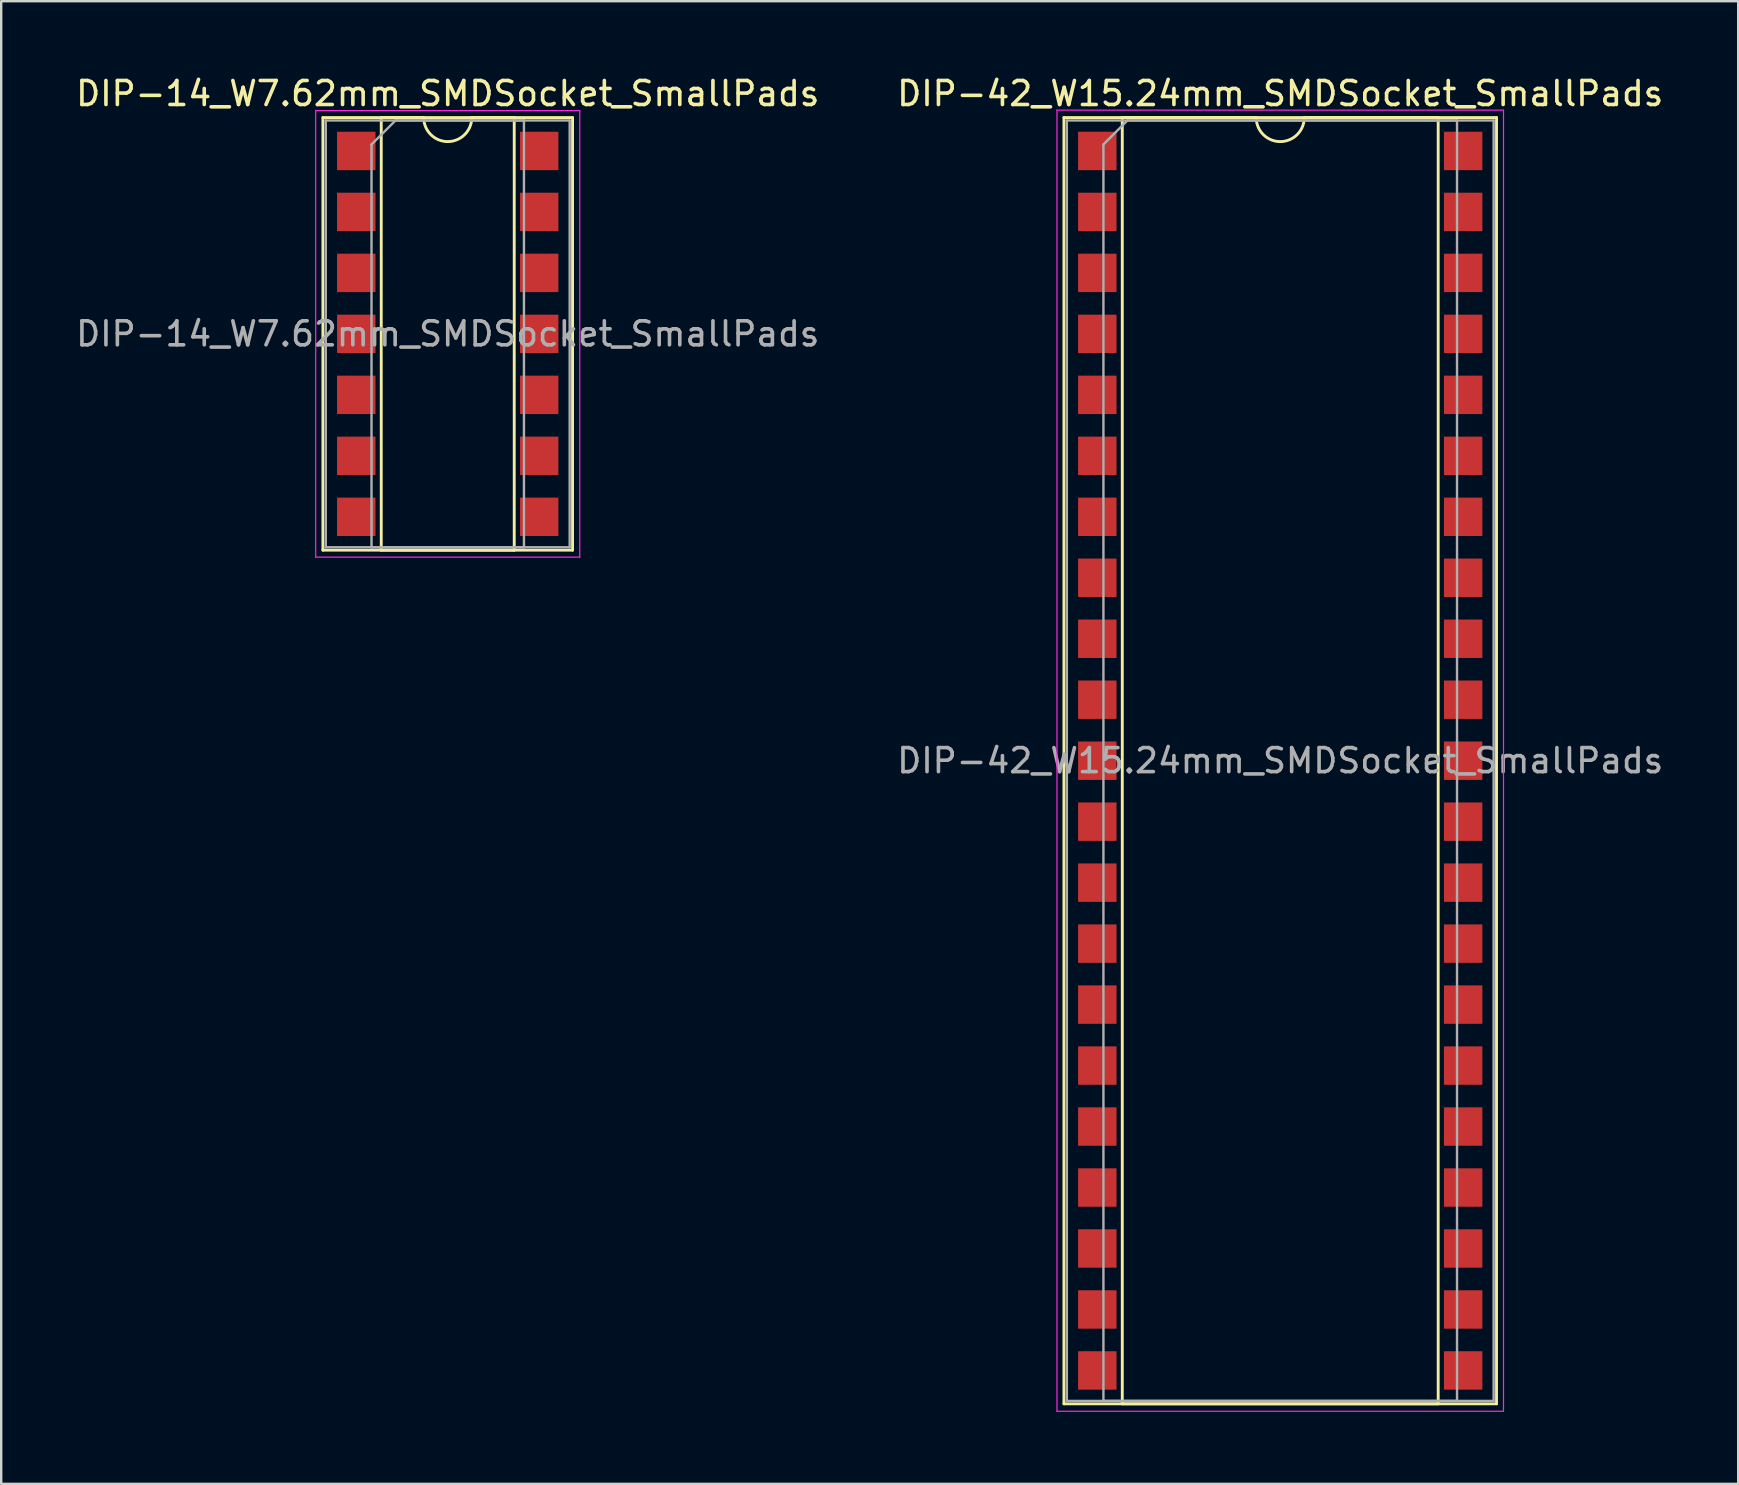
<source format=kicad_pcb>
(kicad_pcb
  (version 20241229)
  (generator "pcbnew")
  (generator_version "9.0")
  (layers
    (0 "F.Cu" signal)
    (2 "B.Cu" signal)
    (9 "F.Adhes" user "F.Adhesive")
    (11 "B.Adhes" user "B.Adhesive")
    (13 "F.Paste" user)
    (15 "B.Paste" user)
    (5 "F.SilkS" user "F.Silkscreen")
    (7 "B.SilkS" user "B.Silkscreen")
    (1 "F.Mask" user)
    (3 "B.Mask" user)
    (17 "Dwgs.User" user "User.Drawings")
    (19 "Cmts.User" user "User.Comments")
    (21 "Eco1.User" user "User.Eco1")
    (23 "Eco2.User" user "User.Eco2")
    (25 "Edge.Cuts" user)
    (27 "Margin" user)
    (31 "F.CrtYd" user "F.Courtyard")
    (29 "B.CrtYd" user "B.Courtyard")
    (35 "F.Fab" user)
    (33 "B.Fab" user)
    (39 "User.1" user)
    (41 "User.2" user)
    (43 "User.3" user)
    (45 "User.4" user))
  (footprint "DIP-42_W15.24mm_SMDSocket_SmallPads"
    (layer "F.Cu")
    (at 50.28 28.638)
    (property "Reference" "DIP-42_W15.24mm_SMDSocket_SmallPads" (at 0 -27.79 0) (layer "F.SilkS") (effects (font (size 1 1) (thickness 0.15))))
    (attr smd)
    (fp_line (start -9.01 -26.79) (end -9.01 26.79) (stroke (width 0.12) (type solid)) (layer "F.SilkS"))
    (fp_line (start -9.01 26.79) (end 9.01 26.79) (stroke (width 0.12) (type solid)) (layer "F.SilkS"))
    (fp_line (start -6.58 -26.79) (end -6.58 26.79) (stroke (width 0.12) (type solid)) (layer "F.SilkS"))
    (fp_line (start -6.58 26.79) (end 6.58 26.79) (stroke (width 0.12) (type solid)) (layer "F.SilkS"))
    (fp_line (start -1 -26.79) (end -6.58 -26.79) (stroke (width 0.12) (type solid)) (layer "F.SilkS"))
    (fp_line (start 6.58 -26.79) (end 1 -26.79) (stroke (width 0.12) (type solid)) (layer "F.SilkS"))
    (fp_line (start 6.58 26.79) (end 6.58 -26.79) (stroke (width 0.12) (type solid)) (layer "F.SilkS"))
    (fp_line (start 9.01 -26.79) (end -9.01 -26.79) (stroke (width 0.12) (type solid)) (layer "F.SilkS"))
    (fp_line (start 9.01 26.79) (end 9.01 -26.79) (stroke (width 0.12) (type solid)) (layer "F.SilkS"))
    (fp_arc (start 1 -26.79) (mid 0 -25.79) (end -1 -26.79) (stroke (width 0.12) (type solid)) (layer "F.SilkS"))
    (fp_line (start -9.3 -27.1) (end -9.3 27.1) (stroke (width 0.05) (type solid)) (layer "F.CrtYd"))
    (fp_line (start -9.3 27.1) (end 9.3 27.1) (stroke (width 0.05) (type solid)) (layer "F.CrtYd"))
    (fp_line (start 9.3 -27.1) (end -9.3 -27.1) (stroke (width 0.05) (type solid)) (layer "F.CrtYd"))
    (fp_line (start 9.3 27.1) (end 9.3 -27.1) (stroke (width 0.05) (type solid)) (layer "F.CrtYd"))
    (fp_line (start -8.89 -26.67) (end -8.89 26.67) (stroke (width 0.1) (type solid)) (layer "F.Fab"))
    (fp_line (start -8.89 26.67) (end 8.89 26.67) (stroke (width 0.1) (type solid)) (layer "F.Fab"))
    (fp_line (start -7.365 -25.67) (end -6.365 -26.67) (stroke (width 0.1) (type solid)) (layer "F.Fab"))
    (fp_line (start -7.365 26.67) (end -7.365 -25.67) (stroke (width 0.1) (type solid)) (layer "F.Fab"))
    (fp_line (start -6.365 -26.67) (end 7.365 -26.67) (stroke (width 0.1) (type solid)) (layer "F.Fab"))
    (fp_line (start 7.365 -26.67) (end 7.365 26.67) (stroke (width 0.1) (type solid)) (layer "F.Fab"))
    (fp_line (start 7.365 26.67) (end -7.365 26.67) (stroke (width 0.1) (type solid)) (layer "F.Fab"))
    (fp_line (start 8.89 -26.67) (end -8.89 -26.67) (stroke (width 0.1) (type solid)) (layer "F.Fab"))
    (fp_line (start 8.89 26.67) (end 8.89 -26.67) (stroke (width 0.1) (type solid)) (layer "F.Fab"))
    (fp_text user "${REFERENCE}" (at 0 0 0) (layer "F.Fab") (effects (font (size 1 1) (thickness 0.15))))
    (pad "1" smd rect (at -7.62 -25.4) (size 1.6 1.6) (layers "F.Cu" "F.Mask" "F.Paste"))
    (pad "2" smd rect (at -7.62 -22.86) (size 1.6 1.6) (layers "F.Cu" "F.Mask" "F.Paste"))
    (pad "3" smd rect (at -7.62 -20.32) (size 1.6 1.6) (layers "F.Cu" "F.Mask" "F.Paste"))
    (pad "4" smd rect (at -7.62 -17.78) (size 1.6 1.6) (layers "F.Cu" "F.Mask" "F.Paste"))
    (pad "5" smd rect (at -7.62 -15.24) (size 1.6 1.6) (layers "F.Cu" "F.Mask" "F.Paste"))
    (pad "6" smd rect (at -7.62 -12.7) (size 1.6 1.6) (layers "F.Cu" "F.Mask" "F.Paste"))
    (pad "7" smd rect (at -7.62 -10.16) (size 1.6 1.6) (layers "F.Cu" "F.Mask" "F.Paste"))
    (pad "8" smd rect (at -7.62 -7.62) (size 1.6 1.6) (layers "F.Cu" "F.Mask" "F.Paste"))
    (pad "9" smd rect (at -7.62 -5.08) (size 1.6 1.6) (layers "F.Cu" "F.Mask" "F.Paste"))
    (pad "10" smd rect (at -7.62 -2.54) (size 1.6 1.6) (layers "F.Cu" "F.Mask" "F.Paste"))
    (pad "11" smd rect (at -7.62 0) (size 1.6 1.6) (layers "F.Cu" "F.Mask" "F.Paste"))
    (pad "12" smd rect (at -7.62 2.54) (size 1.6 1.6) (layers "F.Cu" "F.Mask" "F.Paste"))
    (pad "13" smd rect (at -7.62 5.08) (size 1.6 1.6) (layers "F.Cu" "F.Mask" "F.Paste"))
    (pad "14" smd rect (at -7.62 7.62) (size 1.6 1.6) (layers "F.Cu" "F.Mask" "F.Paste"))
    (pad "15" smd rect (at -7.62 10.16) (size 1.6 1.6) (layers "F.Cu" "F.Mask" "F.Paste"))
    (pad "16" smd rect (at -7.62 12.7) (size 1.6 1.6) (layers "F.Cu" "F.Mask" "F.Paste"))
    (pad "17" smd rect (at -7.62 15.24) (size 1.6 1.6) (layers "F.Cu" "F.Mask" "F.Paste"))
    (pad "18" smd rect (at -7.62 17.78) (size 1.6 1.6) (layers "F.Cu" "F.Mask" "F.Paste"))
    (pad "19" smd rect (at -7.62 20.32) (size 1.6 1.6) (layers "F.Cu" "F.Mask" "F.Paste"))
    (pad "20" smd rect (at -7.62 22.86) (size 1.6 1.6) (layers "F.Cu" "F.Mask" "F.Paste"))
    (pad "21" smd rect (at -7.62 25.4) (size 1.6 1.6) (layers "F.Cu" "F.Mask" "F.Paste"))
    (pad "22" smd rect (at 7.62 25.4) (size 1.6 1.6) (layers "F.Cu" "F.Mask" "F.Paste"))
    (pad "23" smd rect (at 7.62 22.86) (size 1.6 1.6) (layers "F.Cu" "F.Mask" "F.Paste"))
    (pad "24" smd rect (at 7.62 20.32) (size 1.6 1.6) (layers "F.Cu" "F.Mask" "F.Paste"))
    (pad "25" smd rect (at 7.62 17.78) (size 1.6 1.6) (layers "F.Cu" "F.Mask" "F.Paste"))
    (pad "26" smd rect (at 7.62 15.24) (size 1.6 1.6) (layers "F.Cu" "F.Mask" "F.Paste"))
    (pad "27" smd rect (at 7.62 12.7) (size 1.6 1.6) (layers "F.Cu" "F.Mask" "F.Paste"))
    (pad "28" smd rect (at 7.62 10.16) (size 1.6 1.6) (layers "F.Cu" "F.Mask" "F.Paste"))
    (pad "29" smd rect (at 7.62 7.62) (size 1.6 1.6) (layers "F.Cu" "F.Mask" "F.Paste"))
    (pad "30" smd rect (at 7.62 5.08) (size 1.6 1.6) (layers "F.Cu" "F.Mask" "F.Paste"))
    (pad "31" smd rect (at 7.62 2.54) (size 1.6 1.6) (layers "F.Cu" "F.Mask" "F.Paste"))
    (pad "32" smd rect (at 7.62 0) (size 1.6 1.6) (layers "F.Cu" "F.Mask" "F.Paste"))
    (pad "33" smd rect (at 7.62 -2.54) (size 1.6 1.6) (layers "F.Cu" "F.Mask" "F.Paste"))
    (pad "34" smd rect (at 7.62 -5.08) (size 1.6 1.6) (layers "F.Cu" "F.Mask" "F.Paste"))
    (pad "35" smd rect (at 7.62 -7.62) (size 1.6 1.6) (layers "F.Cu" "F.Mask" "F.Paste"))
    (pad "36" smd rect (at 7.62 -10.16) (size 1.6 1.6) (layers "F.Cu" "F.Mask" "F.Paste"))
    (pad "37" smd rect (at 7.62 -12.7) (size 1.6 1.6) (layers "F.Cu" "F.Mask" "F.Paste"))
    (pad "38" smd rect (at 7.62 -15.24) (size 1.6 1.6) (layers "F.Cu" "F.Mask" "F.Paste"))
    (pad "39" smd rect (at 7.62 -17.78) (size 1.6 1.6) (layers "F.Cu" "F.Mask" "F.Paste"))
    (pad "40" smd rect (at 7.62 -20.32) (size 1.6 1.6) (layers "F.Cu" "F.Mask" "F.Paste"))
    (pad "41" smd rect (at 7.62 -22.86) (size 1.6 1.6) (layers "F.Cu" "F.Mask" "F.Paste"))
    (pad "42" smd rect (at 7.62 -25.4) (size 1.6 1.6) (layers "F.Cu" "F.Mask" "F.Paste")))
  (footprint "DIP-14_W7.62mm_SMDSocket_SmallPads"
    (layer "F.Cu")
    (at 15.601 10.858)
    (property "Reference" "DIP-14_W7.62mm_SMDSocket_SmallPads" (at 0 -10.01 0) (layer "F.SilkS") (effects (font (size 1 1) (thickness 0.15))))
    (attr smd)
    (fp_line (start -5.2 -9.01) (end -5.2 9.01) (stroke (width 0.12) (type solid)) (layer "F.SilkS"))
    (fp_line (start -5.2 9.01) (end 5.2 9.01) (stroke (width 0.12) (type solid)) (layer "F.SilkS"))
    (fp_line (start -2.77 -9.01) (end -2.77 9.01) (stroke (width 0.12) (type solid)) (layer "F.SilkS"))
    (fp_line (start -2.77 9.01) (end 2.77 9.01) (stroke (width 0.12) (type solid)) (layer "F.SilkS"))
    (fp_line (start -1 -9.01) (end -2.77 -9.01) (stroke (width 0.12) (type solid)) (layer "F.SilkS"))
    (fp_line (start 2.77 -9.01) (end 1 -9.01) (stroke (width 0.12) (type solid)) (layer "F.SilkS"))
    (fp_line (start 2.77 9.01) (end 2.77 -9.01) (stroke (width 0.12) (type solid)) (layer "F.SilkS"))
    (fp_line (start 5.2 -9.01) (end -5.2 -9.01) (stroke (width 0.12) (type solid)) (layer "F.SilkS"))
    (fp_line (start 5.2 9.01) (end 5.2 -9.01) (stroke (width 0.12) (type solid)) (layer "F.SilkS"))
    (fp_arc (start 1 -9.01) (mid 0 -8.01) (end -1 -9.01) (stroke (width 0.12) (type solid)) (layer "F.SilkS"))
    (fp_line (start -5.5 -9.3) (end -5.5 9.3) (stroke (width 0.05) (type solid)) (layer "F.CrtYd"))
    (fp_line (start -5.5 9.3) (end 5.5 9.3) (stroke (width 0.05) (type solid)) (layer "F.CrtYd"))
    (fp_line (start 5.5 -9.3) (end -5.5 -9.3) (stroke (width 0.05) (type solid)) (layer "F.CrtYd"))
    (fp_line (start 5.5 9.3) (end 5.5 -9.3) (stroke (width 0.05) (type solid)) (layer "F.CrtYd"))
    (fp_line (start -5.08 -8.89) (end -5.08 8.89) (stroke (width 0.1) (type solid)) (layer "F.Fab"))
    (fp_line (start -5.08 8.89) (end 5.08 8.89) (stroke (width 0.1) (type solid)) (layer "F.Fab"))
    (fp_line (start -3.175 -7.89) (end -2.175 -8.89) (stroke (width 0.1) (type solid)) (layer "F.Fab"))
    (fp_line (start -3.175 8.89) (end -3.175 -7.89) (stroke (width 0.1) (type solid)) (layer "F.Fab"))
    (fp_line (start -2.175 -8.89) (end 3.175 -8.89) (stroke (width 0.1) (type solid)) (layer "F.Fab"))
    (fp_line (start 3.175 -8.89) (end 3.175 8.89) (stroke (width 0.1) (type solid)) (layer "F.Fab"))
    (fp_line (start 3.175 8.89) (end -3.175 8.89) (stroke (width 0.1) (type solid)) (layer "F.Fab"))
    (fp_line (start 5.08 -8.89) (end -5.08 -8.89) (stroke (width 0.1) (type solid)) (layer "F.Fab"))
    (fp_line (start 5.08 8.89) (end 5.08 -8.89) (stroke (width 0.1) (type solid)) (layer "F.Fab"))
    (fp_text user "${REFERENCE}" (at 0 0 0) (layer "F.Fab") (effects (font (size 1 1) (thickness 0.15))))
    (pad "1" smd rect (at -3.81 -7.62) (size 1.6 1.6) (layers "F.Cu" "F.Mask" "F.Paste"))
    (pad "2" smd rect (at -3.81 -5.08) (size 1.6 1.6) (layers "F.Cu" "F.Mask" "F.Paste"))
    (pad "3" smd rect (at -3.81 -2.54) (size 1.6 1.6) (layers "F.Cu" "F.Mask" "F.Paste"))
    (pad "4" smd rect (at -3.81 0) (size 1.6 1.6) (layers "F.Cu" "F.Mask" "F.Paste"))
    (pad "5" smd rect (at -3.81 2.54) (size 1.6 1.6) (layers "F.Cu" "F.Mask" "F.Paste"))
    (pad "6" smd rect (at -3.81 5.08) (size 1.6 1.6) (layers "F.Cu" "F.Mask" "F.Paste"))
    (pad "7" smd rect (at -3.81 7.62) (size 1.6 1.6) (layers "F.Cu" "F.Mask" "F.Paste"))
    (pad "8" smd rect (at 3.81 7.62) (size 1.6 1.6) (layers "F.Cu" "F.Mask" "F.Paste"))
    (pad "9" smd rect (at 3.81 5.08) (size 1.6 1.6) (layers "F.Cu" "F.Mask" "F.Paste"))
    (pad "10" smd rect (at 3.81 2.54) (size 1.6 1.6) (layers "F.Cu" "F.Mask" "F.Paste"))
    (pad "11" smd rect (at 3.81 0) (size 1.6 1.6) (layers "F.Cu" "F.Mask" "F.Paste"))
    (pad "12" smd rect (at 3.81 -2.54) (size 1.6 1.6) (layers "F.Cu" "F.Mask" "F.Paste"))
    (pad "13" smd rect (at 3.81 -5.08) (size 1.6 1.6) (layers "F.Cu" "F.Mask" "F.Paste"))
    (pad "14" smd rect (at 3.81 -7.62) (size 1.6 1.6) (layers "F.Cu" "F.Mask" "F.Paste")))
  (gr_rect
    (start -3 -3)
    (end 69.357 58.763)
    (stroke (width 0.1) (type default))
    (fill no)
    (layer "Edge.Cuts")))
</source>
